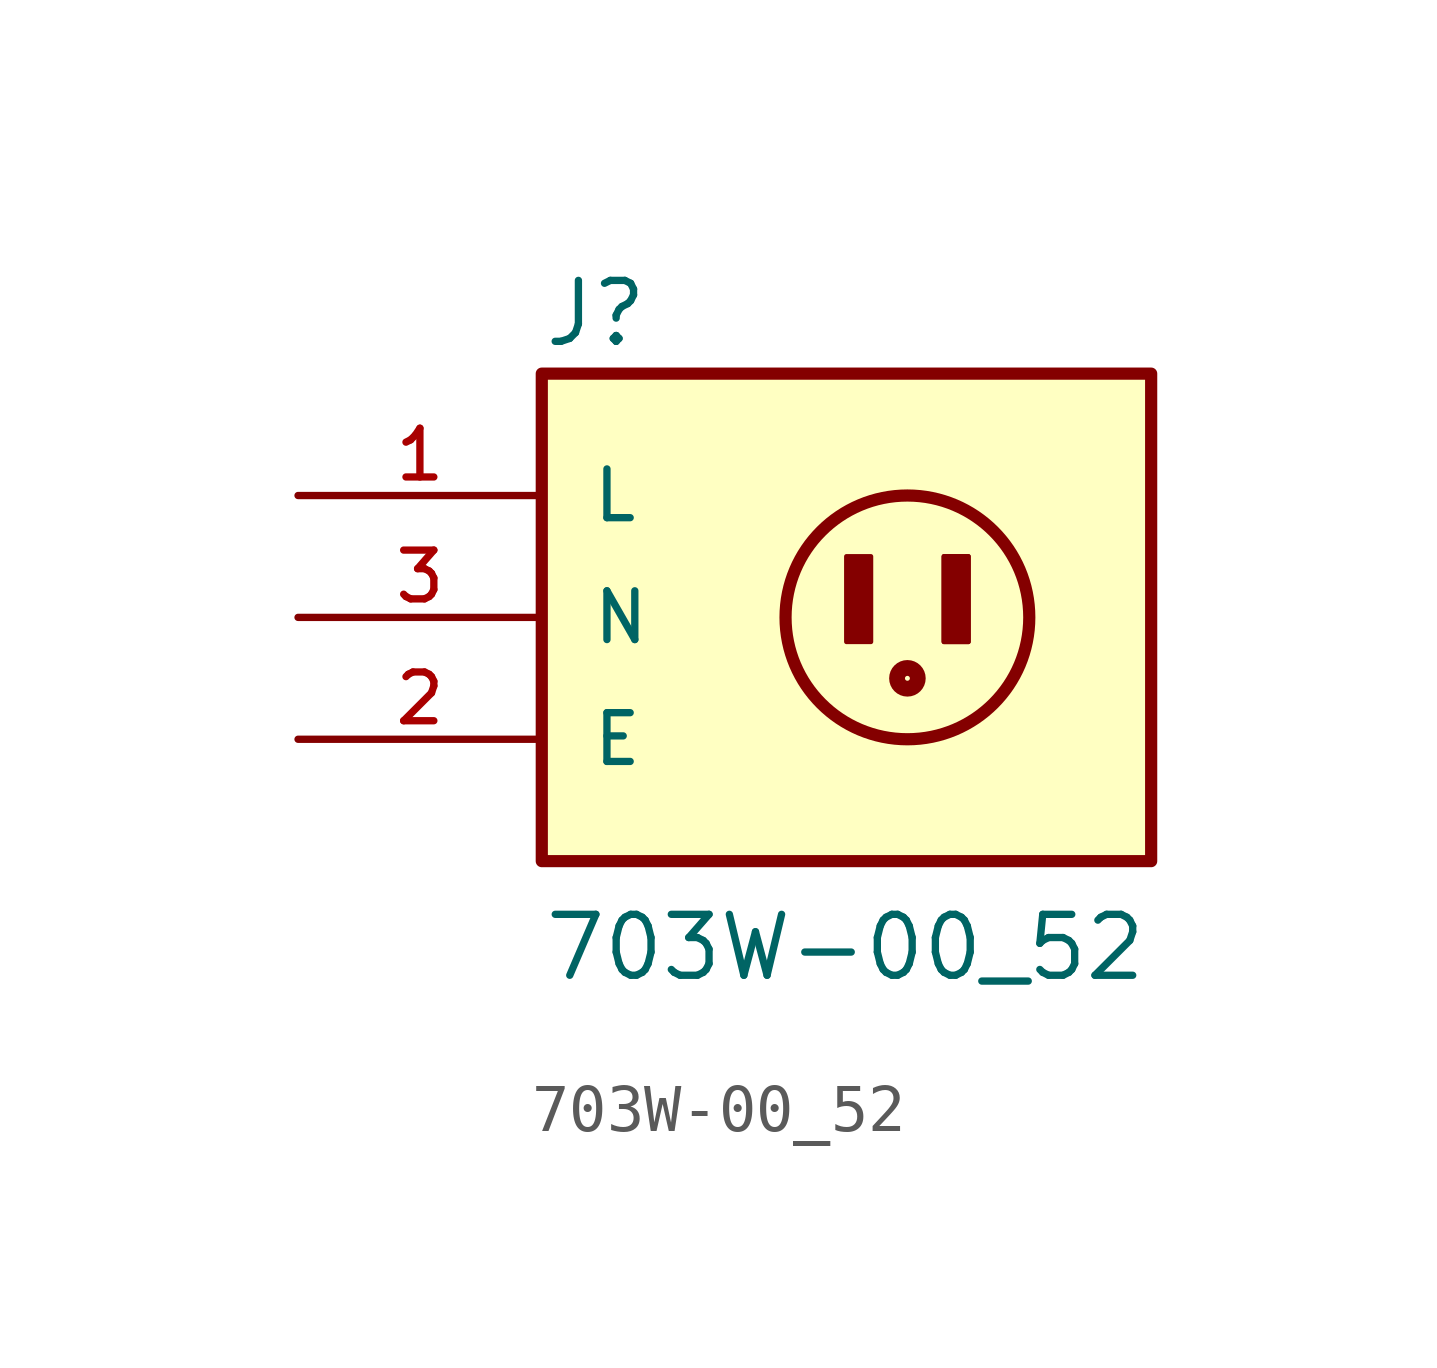
<source format=kicad_sym>
(kicad_symbol_lib
  (version 20211014)
  (generator kicad_symbol_editor)
  (symbol "703W-00_52"
    (pin_names
      (offset 1.016))
    (property "Reference" "J"
      (at -5.082 5.59 0)
      (effects (font (size 1.27 1.27)) (justify bottom left)))
    (property "Value" "703W-00_52"
      (at -5.081 -7.622 0)
      (effects (font (size 1.27 1.27)) (justify bottom left)))
    (symbol "703W-00_52_0_0"
      (circle (center 2.54 0.0) (radius 2.54) (stroke (width 0.254)) (fill (type none)))
      (rectangle (start 3.302 -0.508) (end 3.81 1.27) (stroke (width 0.1)) (fill (type outline)))
      (rectangle (start 3.302 -0.508) (end 3.81 1.27) (stroke (width 0.1)) (fill (type outline)))
      (rectangle (start 1.27 -0.508) (end 1.778 1.27) (stroke (width 0.1)) (fill (type outline)))
      (circle (center 2.54 -1.27) (radius 0.178) (stroke (width 0.254)) (fill (type none)))
      (circle (center 2.54 -1.27) (radius 0.254) (stroke (width 0.254)) (fill (type none)))
      (rectangle (start -5.08 -5.08) (end 7.62 5.08) (stroke (width 0.254)) (fill (type background)))
      (pin power_in line (at -10.16 2.54 0) (length 5.08) (name "L" (effects (font (size 1.016 1.016)))) (number "1" (effects (font (size 1.016 1.016)))))
      (pin power_in line (at -10.16 0.0 0) (length 5.08) (name "N" (effects (font (size 1.016 1.016)))) (number "3" (effects (font (size 1.016 1.016)))))
      (pin power_in line (at -10.16 -2.54 0) (length 5.08) (name "E" (effects (font (size 1.016 1.016)))) (number "2" (effects (font (size 1.016 1.016))))))))
</source>
